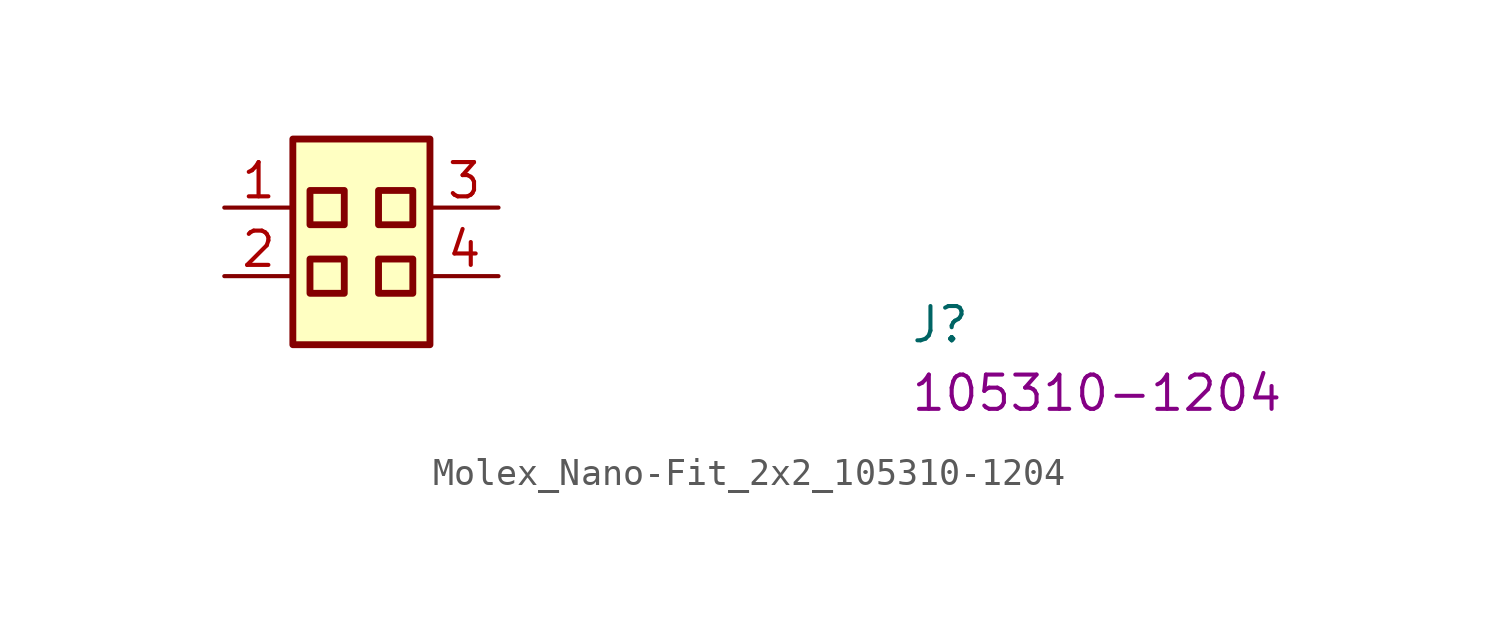
<source format=kicad_sym>
(kicad_symbol_lib
  (version 20220914)
  (generator kicad_symbol_editor)
  (symbol "Molex_Nano-Fit_2x2_105310-1204"
    (property "Reference" "J"
      (at 25.4 -5.08 0)
      (effects (font (size 1.27 1.27) (thickness 0.15)) (justify left bottom)))
    (property "MPN" "105310-1204"
      (at 25.4 -7.62 0)
      (effects (font (size 1.27 1.27) (thickness 0.15)) (justify left bottom)))
    (symbol "Molex_Nano-Fit_2x2_105310-1204_1_1"
      (rectangle (start 2.54 2.54) (end 7.62 -5.08) (stroke (width 0.254) (type default)) (fill (type background)))
      (rectangle (start 3.175 -1.905) (end 4.445 -3.175) (stroke (width 0.254) (type default)) (fill (type background)))
      (rectangle (start 3.175 0.635) (end 4.445 -0.635) (stroke (width 0.254) (type default)) (fill (type background)))
      (rectangle (start 5.715 -1.905) (end 6.985 -3.175) (stroke (width 0.254) (type default)) (fill (type background)))
      (rectangle (start 5.715 0.635) (end 6.985 -0.635) (stroke (width 0.254) (type default)) (fill (type background)))
      (pin passive line (at 0 0 0) (length 2.54) (name "~" (effects (font (size 1.27 1.27)))) (number "1" (effects (font (size 1.27 1.27)))))
      (pin passive line (at 0 -2.54 0) (length 2.54) (name "~" (effects (font (size 1.27 1.27)))) (number "2" (effects (font (size 1.27 1.27)))))
      (pin passive line (at 10.16 0 180) (length 2.54) (name "~" (effects (font (size 1.27 1.27)))) (number "3" (effects (font (size 1.27 1.27)))))
      (pin passive line (at 10.16 -2.54 180) (length 2.54) (name "~" (effects (font (size 1.27 1.27)))) (number "4" (effects (font (size 1.27 1.27))))))))
</source>
